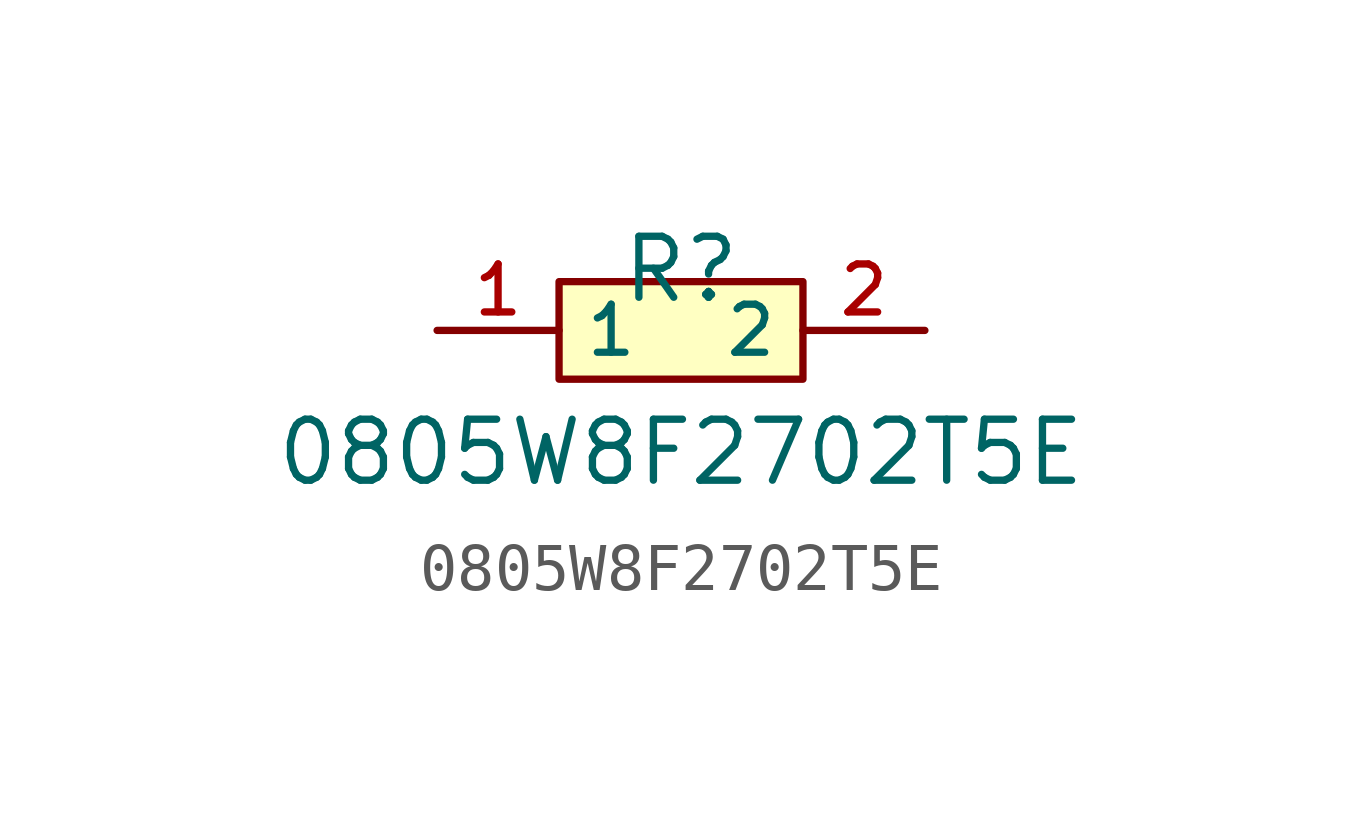
<source format=kicad_sym>
(kicad_symbol_lib
  (version 20210201)
  (generator TousstNicolas/JLC2KiCad_lib)
  (symbol "0805W8F2702T5E"
    (property "Reference" "R"
      (at 0 1.27 0)
      (effects (font (size 1.27 1.27))))
    (property "Value" "0805W8F2702T5E"
      (at 0 -2.54 0)
      (effects (font (size 1.27 1.27))))
    (symbol "0805W8F2702T5E_0_1"
      (pin input line (at 5.08 -0.0 180) (length 2.54) (name "2" (effects (font (size 1 1)))) (number "2" (effects (font (size 1 1)))))
      (pin input line (at -5.08 -0.0 0) (length 2.54) (name "1" (effects (font (size 1 1)))) (number "1" (effects (font (size 1 1)))))
      (rectangle (start -2.54 1.016) (end 2.54 -1.016) (stroke (width 0) (type default) (color 0 0 0 0)) (fill (type background))))))
</source>
